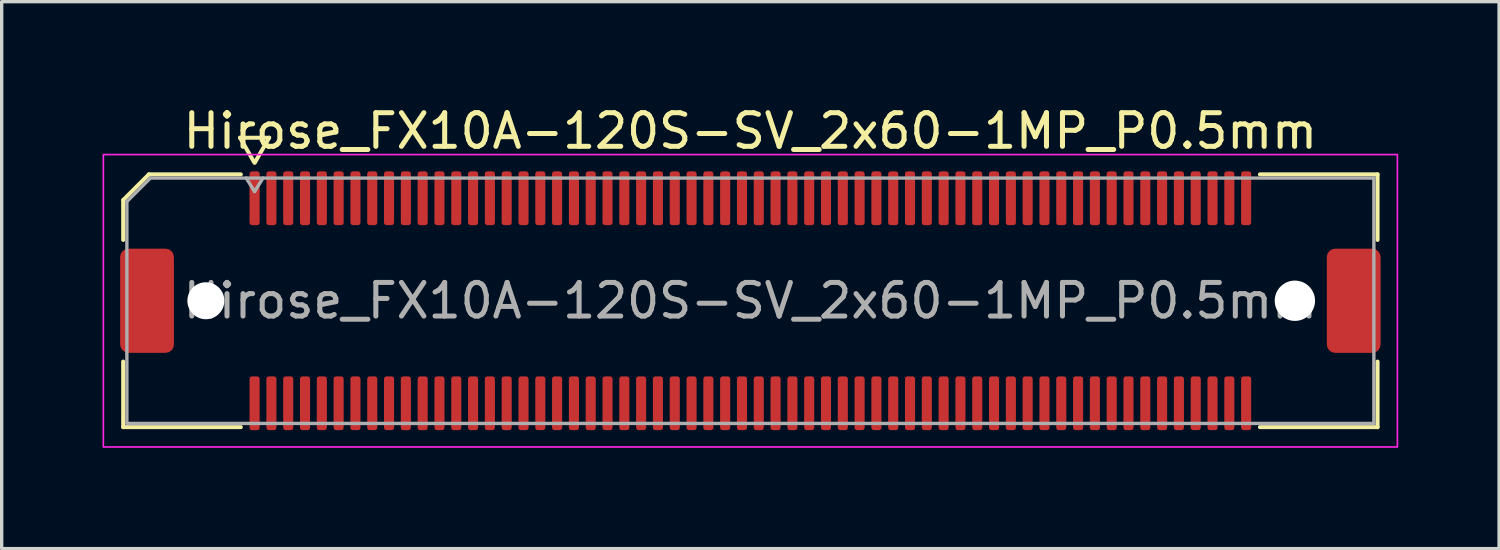
<source format=kicad_pcb>
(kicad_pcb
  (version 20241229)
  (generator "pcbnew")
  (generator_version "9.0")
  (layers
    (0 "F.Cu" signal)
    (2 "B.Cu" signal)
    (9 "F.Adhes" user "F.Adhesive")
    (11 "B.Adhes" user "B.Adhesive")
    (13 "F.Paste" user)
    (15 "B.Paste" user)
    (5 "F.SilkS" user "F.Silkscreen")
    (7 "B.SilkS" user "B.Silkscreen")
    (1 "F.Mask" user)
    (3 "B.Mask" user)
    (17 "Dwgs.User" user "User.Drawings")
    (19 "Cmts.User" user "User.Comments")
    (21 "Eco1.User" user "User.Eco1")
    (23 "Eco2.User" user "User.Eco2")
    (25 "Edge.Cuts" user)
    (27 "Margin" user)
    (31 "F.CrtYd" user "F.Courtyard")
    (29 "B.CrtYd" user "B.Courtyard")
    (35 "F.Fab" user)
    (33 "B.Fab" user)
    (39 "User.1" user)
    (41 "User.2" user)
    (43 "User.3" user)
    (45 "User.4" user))
  (footprint "Hirose_FX10A-120S-SV_2x60-1MP_P0.5mm"
    (layer "F.Cu")
    (at 19.275 5.898)
    (property "Reference" "Hirose_FX10A-120S-SV_2x60-1MP_P0.5mm" (at 0 -5.05 0) (layer "F.SilkS") (effects (font (size 1 1) (thickness 0.15))))
    (attr smd)
    (fp_line (start -18.66 -2.996) (end -17.896 -3.76) (stroke (width 0.12) (type solid)) (layer "F.SilkS"))
    (fp_line (start -18.66 -1.81) (end -18.66 -2.996) (stroke (width 0.12) (type solid)) (layer "F.SilkS"))
    (fp_line (start -18.66 3.76) (end -18.66 1.81) (stroke (width 0.12) (type solid)) (layer "F.SilkS"))
    (fp_line (start -17.896 -3.76) (end -15.16 -3.76) (stroke (width 0.12) (type solid)) (layer "F.SilkS"))
    (fp_line (start -15.183 -4.85) (end -14.756 -4.11) (stroke (width 0.12) (type solid)) (layer "F.SilkS"))
    (fp_line (start -15.16 3.76) (end -18.66 3.76) (stroke (width 0.12) (type solid)) (layer "F.SilkS"))
    (fp_line (start -14.744 -4.11) (end -14.317 -4.85) (stroke (width 0.12) (type solid)) (layer "F.SilkS"))
    (fp_line (start -14.317 -4.85) (end -15.183 -4.85) (stroke (width 0.12) (type solid)) (layer "F.SilkS"))
    (fp_line (start 15.16 -3.76) (end 18.66 -3.76) (stroke (width 0.12) (type solid)) (layer "F.SilkS"))
    (fp_line (start 18.66 -3.76) (end 18.66 -1.81) (stroke (width 0.12) (type solid)) (layer "F.SilkS"))
    (fp_line (start 18.66 1.81) (end 18.66 3.76) (stroke (width 0.12) (type solid)) (layer "F.SilkS"))
    (fp_line (start 18.66 3.76) (end 15.16 3.76) (stroke (width 0.12) (type solid)) (layer "F.SilkS"))
    (fp_rect (start -19.25 -4.35) (end 19.25 4.35) (stroke (width 0.05) (type solid)) (fill no) (layer "F.CrtYd"))
    (fp_line (start -18.55 -2.95) (end -17.85 -3.65) (stroke (width 0.1) (type solid)) (layer "F.Fab"))
    (fp_line (start -18.55 3.65) (end -18.55 -2.95) (stroke (width 0.1) (type solid)) (layer "F.Fab"))
    (fp_line (start -17.85 -3.65) (end 18.55 -3.65) (stroke (width 0.1) (type solid)) (layer "F.Fab"))
    (fp_line (start -15 -3.65) (end -14.75 -3.25) (stroke (width 0.1) (type solid)) (layer "F.Fab"))
    (fp_line (start -14.75 -3.25) (end -14.5 -3.65) (stroke (width 0.1) (type solid)) (layer "F.Fab"))
    (fp_line (start 18.55 -3.65) (end 18.55 3.65) (stroke (width 0.1) (type solid)) (layer "F.Fab"))
    (fp_line (start 18.55 3.65) (end -18.55 3.65) (stroke (width 0.1) (type solid)) (layer "F.Fab"))
    (fp_text user "${REFERENCE}" (at 0 0 0) (layer "F.Fab") (effects (font (size 1 1) (thickness 0.15))))
    (pad "" np_thru_hole circle (at -16.2 0) (size 1.1 1.1) (drill 1.1) (layers "*.Cu" "*.Mask"))
    (pad "" np_thru_hole circle (at 16.2 0) (size 1.2 1.2) (drill 1.2) (layers "*.Cu" "*.Mask"))
    (pad "1" smd roundrect (at -14.75 -3.05) (size 0.3 1.6) (layers "F.Cu" "F.Mask" "F.Paste") (roundrect_rratio 0.25))
    (pad "2" smd roundrect (at -14.75 3.05) (size 0.3 1.6) (layers "F.Cu" "F.Mask" "F.Paste") (roundrect_rratio 0.25))
    (pad "3" smd roundrect (at -14.25 -3.05) (size 0.3 1.6) (layers "F.Cu" "F.Mask" "F.Paste") (roundrect_rratio 0.25))
    (pad "4" smd roundrect (at -14.25 3.05) (size 0.3 1.6) (layers "F.Cu" "F.Mask" "F.Paste") (roundrect_rratio 0.25))
    (pad "5" smd roundrect (at -13.75 -3.05) (size 0.3 1.6) (layers "F.Cu" "F.Mask" "F.Paste") (roundrect_rratio 0.25))
    (pad "6" smd roundrect (at -13.75 3.05) (size 0.3 1.6) (layers "F.Cu" "F.Mask" "F.Paste") (roundrect_rratio 0.25))
    (pad "7" smd roundrect (at -13.25 -3.05) (size 0.3 1.6) (layers "F.Cu" "F.Mask" "F.Paste") (roundrect_rratio 0.25))
    (pad "8" smd roundrect (at -13.25 3.05) (size 0.3 1.6) (layers "F.Cu" "F.Mask" "F.Paste") (roundrect_rratio 0.25))
    (pad "9" smd roundrect (at -12.75 -3.05) (size 0.3 1.6) (layers "F.Cu" "F.Mask" "F.Paste") (roundrect_rratio 0.25))
    (pad "10" smd roundrect (at -12.75 3.05) (size 0.3 1.6) (layers "F.Cu" "F.Mask" "F.Paste") (roundrect_rratio 0.25))
    (pad "11" smd roundrect (at -12.25 -3.05) (size 0.3 1.6) (layers "F.Cu" "F.Mask" "F.Paste") (roundrect_rratio 0.25))
    (pad "12" smd roundrect (at -12.25 3.05) (size 0.3 1.6) (layers "F.Cu" "F.Mask" "F.Paste") (roundrect_rratio 0.25))
    (pad "13" smd roundrect (at -11.75 -3.05) (size 0.3 1.6) (layers "F.Cu" "F.Mask" "F.Paste") (roundrect_rratio 0.25))
    (pad "14" smd roundrect (at -11.75 3.05) (size 0.3 1.6) (layers "F.Cu" "F.Mask" "F.Paste") (roundrect_rratio 0.25))
    (pad "15" smd roundrect (at -11.25 -3.05) (size 0.3 1.6) (layers "F.Cu" "F.Mask" "F.Paste") (roundrect_rratio 0.25))
    (pad "16" smd roundrect (at -11.25 3.05) (size 0.3 1.6) (layers "F.Cu" "F.Mask" "F.Paste") (roundrect_rratio 0.25))
    (pad "17" smd roundrect (at -10.75 -3.05) (size 0.3 1.6) (layers "F.Cu" "F.Mask" "F.Paste") (roundrect_rratio 0.25))
    (pad "18" smd roundrect (at -10.75 3.05) (size 0.3 1.6) (layers "F.Cu" "F.Mask" "F.Paste") (roundrect_rratio 0.25))
    (pad "19" smd roundrect (at -10.25 -3.05) (size 0.3 1.6) (layers "F.Cu" "F.Mask" "F.Paste") (roundrect_rratio 0.25))
    (pad "20" smd roundrect (at -10.25 3.05) (size 0.3 1.6) (layers "F.Cu" "F.Mask" "F.Paste") (roundrect_rratio 0.25))
    (pad "21" smd roundrect (at -9.75 -3.05) (size 0.3 1.6) (layers "F.Cu" "F.Mask" "F.Paste") (roundrect_rratio 0.25))
    (pad "22" smd roundrect (at -9.75 3.05) (size 0.3 1.6) (layers "F.Cu" "F.Mask" "F.Paste") (roundrect_rratio 0.25))
    (pad "23" smd roundrect (at -9.25 -3.05) (size 0.3 1.6) (layers "F.Cu" "F.Mask" "F.Paste") (roundrect_rratio 0.25))
    (pad "24" smd roundrect (at -9.25 3.05) (size 0.3 1.6) (layers "F.Cu" "F.Mask" "F.Paste") (roundrect_rratio 0.25))
    (pad "25" smd roundrect (at -8.75 -3.05) (size 0.3 1.6) (layers "F.Cu" "F.Mask" "F.Paste") (roundrect_rratio 0.25))
    (pad "26" smd roundrect (at -8.75 3.05) (size 0.3 1.6) (layers "F.Cu" "F.Mask" "F.Paste") (roundrect_rratio 0.25))
    (pad "27" smd roundrect (at -8.25 -3.05) (size 0.3 1.6) (layers "F.Cu" "F.Mask" "F.Paste") (roundrect_rratio 0.25))
    (pad "28" smd roundrect (at -8.25 3.05) (size 0.3 1.6) (layers "F.Cu" "F.Mask" "F.Paste") (roundrect_rratio 0.25))
    (pad "29" smd roundrect (at -7.75 -3.05) (size 0.3 1.6) (layers "F.Cu" "F.Mask" "F.Paste") (roundrect_rratio 0.25))
    (pad "30" smd roundrect (at -7.75 3.05) (size 0.3 1.6) (layers "F.Cu" "F.Mask" "F.Paste") (roundrect_rratio 0.25))
    (pad "31" smd roundrect (at -7.25 -3.05) (size 0.3 1.6) (layers "F.Cu" "F.Mask" "F.Paste") (roundrect_rratio 0.25))
    (pad "32" smd roundrect (at -7.25 3.05) (size 0.3 1.6) (layers "F.Cu" "F.Mask" "F.Paste") (roundrect_rratio 0.25))
    (pad "33" smd roundrect (at -6.75 -3.05) (size 0.3 1.6) (layers "F.Cu" "F.Mask" "F.Paste") (roundrect_rratio 0.25))
    (pad "34" smd roundrect (at -6.75 3.05) (size 0.3 1.6) (layers "F.Cu" "F.Mask" "F.Paste") (roundrect_rratio 0.25))
    (pad "35" smd roundrect (at -6.25 -3.05) (size 0.3 1.6) (layers "F.Cu" "F.Mask" "F.Paste") (roundrect_rratio 0.25))
    (pad "36" smd roundrect (at -6.25 3.05) (size 0.3 1.6) (layers "F.Cu" "F.Mask" "F.Paste") (roundrect_rratio 0.25))
    (pad "37" smd roundrect (at -5.75 -3.05) (size 0.3 1.6) (layers "F.Cu" "F.Mask" "F.Paste") (roundrect_rratio 0.25))
    (pad "38" smd roundrect (at -5.75 3.05) (size 0.3 1.6) (layers "F.Cu" "F.Mask" "F.Paste") (roundrect_rratio 0.25))
    (pad "39" smd roundrect (at -5.25 -3.05) (size 0.3 1.6) (layers "F.Cu" "F.Mask" "F.Paste") (roundrect_rratio 0.25))
    (pad "40" smd roundrect (at -5.25 3.05) (size 0.3 1.6) (layers "F.Cu" "F.Mask" "F.Paste") (roundrect_rratio 0.25))
    (pad "41" smd roundrect (at -4.75 -3.05) (size 0.3 1.6) (layers "F.Cu" "F.Mask" "F.Paste") (roundrect_rratio 0.25))
    (pad "42" smd roundrect (at -4.75 3.05) (size 0.3 1.6) (layers "F.Cu" "F.Mask" "F.Paste") (roundrect_rratio 0.25))
    (pad "43" smd roundrect (at -4.25 -3.05) (size 0.3 1.6) (layers "F.Cu" "F.Mask" "F.Paste") (roundrect_rratio 0.25))
    (pad "44" smd roundrect (at -4.25 3.05) (size 0.3 1.6) (layers "F.Cu" "F.Mask" "F.Paste") (roundrect_rratio 0.25))
    (pad "45" smd roundrect (at -3.75 -3.05) (size 0.3 1.6) (layers "F.Cu" "F.Mask" "F.Paste") (roundrect_rratio 0.25))
    (pad "46" smd roundrect (at -3.75 3.05) (size 0.3 1.6) (layers "F.Cu" "F.Mask" "F.Paste") (roundrect_rratio 0.25))
    (pad "47" smd roundrect (at -3.25 -3.05) (size 0.3 1.6) (layers "F.Cu" "F.Mask" "F.Paste") (roundrect_rratio 0.25))
    (pad "48" smd roundrect (at -3.25 3.05) (size 0.3 1.6) (layers "F.Cu" "F.Mask" "F.Paste") (roundrect_rratio 0.25))
    (pad "49" smd roundrect (at -2.75 -3.05) (size 0.3 1.6) (layers "F.Cu" "F.Mask" "F.Paste") (roundrect_rratio 0.25))
    (pad "50" smd roundrect (at -2.75 3.05) (size 0.3 1.6) (layers "F.Cu" "F.Mask" "F.Paste") (roundrect_rratio 0.25))
    (pad "51" smd roundrect (at -2.25 -3.05) (size 0.3 1.6) (layers "F.Cu" "F.Mask" "F.Paste") (roundrect_rratio 0.25))
    (pad "52" smd roundrect (at -2.25 3.05) (size 0.3 1.6) (layers "F.Cu" "F.Mask" "F.Paste") (roundrect_rratio 0.25))
    (pad "53" smd roundrect (at -1.75 -3.05) (size 0.3 1.6) (layers "F.Cu" "F.Mask" "F.Paste") (roundrect_rratio 0.25))
    (pad "54" smd roundrect (at -1.75 3.05) (size 0.3 1.6) (layers "F.Cu" "F.Mask" "F.Paste") (roundrect_rratio 0.25))
    (pad "55" smd roundrect (at -1.25 -3.05) (size 0.3 1.6) (layers "F.Cu" "F.Mask" "F.Paste") (roundrect_rratio 0.25))
    (pad "56" smd roundrect (at -1.25 3.05) (size 0.3 1.6) (layers "F.Cu" "F.Mask" "F.Paste") (roundrect_rratio 0.25))
    (pad "57" smd roundrect (at -0.75 -3.05) (size 0.3 1.6) (layers "F.Cu" "F.Mask" "F.Paste") (roundrect_rratio 0.25))
    (pad "58" smd roundrect (at -0.75 3.05) (size 0.3 1.6) (layers "F.Cu" "F.Mask" "F.Paste") (roundrect_rratio 0.25))
    (pad "59" smd roundrect (at -0.25 -3.05) (size 0.3 1.6) (layers "F.Cu" "F.Mask" "F.Paste") (roundrect_rratio 0.25))
    (pad "60" smd roundrect (at -0.25 3.05) (size 0.3 1.6) (layers "F.Cu" "F.Mask" "F.Paste") (roundrect_rratio 0.25))
    (pad "61" smd roundrect (at 0.25 -3.05) (size 0.3 1.6) (layers "F.Cu" "F.Mask" "F.Paste") (roundrect_rratio 0.25))
    (pad "62" smd roundrect (at 0.25 3.05) (size 0.3 1.6) (layers "F.Cu" "F.Mask" "F.Paste") (roundrect_rratio 0.25))
    (pad "63" smd roundrect (at 0.75 -3.05) (size 0.3 1.6) (layers "F.Cu" "F.Mask" "F.Paste") (roundrect_rratio 0.25))
    (pad "64" smd roundrect (at 0.75 3.05) (size 0.3 1.6) (layers "F.Cu" "F.Mask" "F.Paste") (roundrect_rratio 0.25))
    (pad "65" smd roundrect (at 1.25 -3.05) (size 0.3 1.6) (layers "F.Cu" "F.Mask" "F.Paste") (roundrect_rratio 0.25))
    (pad "66" smd roundrect (at 1.25 3.05) (size 0.3 1.6) (layers "F.Cu" "F.Mask" "F.Paste") (roundrect_rratio 0.25))
    (pad "67" smd roundrect (at 1.75 -3.05) (size 0.3 1.6) (layers "F.Cu" "F.Mask" "F.Paste") (roundrect_rratio 0.25))
    (pad "68" smd roundrect (at 1.75 3.05) (size 0.3 1.6) (layers "F.Cu" "F.Mask" "F.Paste") (roundrect_rratio 0.25))
    (pad "69" smd roundrect (at 2.25 -3.05) (size 0.3 1.6) (layers "F.Cu" "F.Mask" "F.Paste") (roundrect_rratio 0.25))
    (pad "70" smd roundrect (at 2.25 3.05) (size 0.3 1.6) (layers "F.Cu" "F.Mask" "F.Paste") (roundrect_rratio 0.25))
    (pad "71" smd roundrect (at 2.75 -3.05) (size 0.3 1.6) (layers "F.Cu" "F.Mask" "F.Paste") (roundrect_rratio 0.25))
    (pad "72" smd roundrect (at 2.75 3.05) (size 0.3 1.6) (layers "F.Cu" "F.Mask" "F.Paste") (roundrect_rratio 0.25))
    (pad "73" smd roundrect (at 3.25 -3.05) (size 0.3 1.6) (layers "F.Cu" "F.Mask" "F.Paste") (roundrect_rratio 0.25))
    (pad "74" smd roundrect (at 3.25 3.05) (size 0.3 1.6) (layers "F.Cu" "F.Mask" "F.Paste") (roundrect_rratio 0.25))
    (pad "75" smd roundrect (at 3.75 -3.05) (size 0.3 1.6) (layers "F.Cu" "F.Mask" "F.Paste") (roundrect_rratio 0.25))
    (pad "76" smd roundrect (at 3.75 3.05) (size 0.3 1.6) (layers "F.Cu" "F.Mask" "F.Paste") (roundrect_rratio 0.25))
    (pad "77" smd roundrect (at 4.25 -3.05) (size 0.3 1.6) (layers "F.Cu" "F.Mask" "F.Paste") (roundrect_rratio 0.25))
    (pad "78" smd roundrect (at 4.25 3.05) (size 0.3 1.6) (layers "F.Cu" "F.Mask" "F.Paste") (roundrect_rratio 0.25))
    (pad "79" smd roundrect (at 4.75 -3.05) (size 0.3 1.6) (layers "F.Cu" "F.Mask" "F.Paste") (roundrect_rratio 0.25))
    (pad "80" smd roundrect (at 4.75 3.05) (size 0.3 1.6) (layers "F.Cu" "F.Mask" "F.Paste") (roundrect_rratio 0.25))
    (pad "81" smd roundrect (at 5.25 -3.05) (size 0.3 1.6) (layers "F.Cu" "F.Mask" "F.Paste") (roundrect_rratio 0.25))
    (pad "82" smd roundrect (at 5.25 3.05) (size 0.3 1.6) (layers "F.Cu" "F.Mask" "F.Paste") (roundrect_rratio 0.25))
    (pad "83" smd roundrect (at 5.75 -3.05) (size 0.3 1.6) (layers "F.Cu" "F.Mask" "F.Paste") (roundrect_rratio 0.25))
    (pad "84" smd roundrect (at 5.75 3.05) (size 0.3 1.6) (layers "F.Cu" "F.Mask" "F.Paste") (roundrect_rratio 0.25))
    (pad "85" smd roundrect (at 6.25 -3.05) (size 0.3 1.6) (layers "F.Cu" "F.Mask" "F.Paste") (roundrect_rratio 0.25))
    (pad "86" smd roundrect (at 6.25 3.05) (size 0.3 1.6) (layers "F.Cu" "F.Mask" "F.Paste") (roundrect_rratio 0.25))
    (pad "87" smd roundrect (at 6.75 -3.05) (size 0.3 1.6) (layers "F.Cu" "F.Mask" "F.Paste") (roundrect_rratio 0.25))
    (pad "88" smd roundrect (at 6.75 3.05) (size 0.3 1.6) (layers "F.Cu" "F.Mask" "F.Paste") (roundrect_rratio 0.25))
    (pad "89" smd roundrect (at 7.25 -3.05) (size 0.3 1.6) (layers "F.Cu" "F.Mask" "F.Paste") (roundrect_rratio 0.25))
    (pad "90" smd roundrect (at 7.25 3.05) (size 0.3 1.6) (layers "F.Cu" "F.Mask" "F.Paste") (roundrect_rratio 0.25))
    (pad "91" smd roundrect (at 7.75 -3.05) (size 0.3 1.6) (layers "F.Cu" "F.Mask" "F.Paste") (roundrect_rratio 0.25))
    (pad "92" smd roundrect (at 7.75 3.05) (size 0.3 1.6) (layers "F.Cu" "F.Mask" "F.Paste") (roundrect_rratio 0.25))
    (pad "93" smd roundrect (at 8.25 -3.05) (size 0.3 1.6) (layers "F.Cu" "F.Mask" "F.Paste") (roundrect_rratio 0.25))
    (pad "94" smd roundrect (at 8.25 3.05) (size 0.3 1.6) (layers "F.Cu" "F.Mask" "F.Paste") (roundrect_rratio 0.25))
    (pad "95" smd roundrect (at 8.75 -3.05) (size 0.3 1.6) (layers "F.Cu" "F.Mask" "F.Paste") (roundrect_rratio 0.25))
    (pad "96" smd roundrect (at 8.75 3.05) (size 0.3 1.6) (layers "F.Cu" "F.Mask" "F.Paste") (roundrect_rratio 0.25))
    (pad "97" smd roundrect (at 9.25 -3.05) (size 0.3 1.6) (layers "F.Cu" "F.Mask" "F.Paste") (roundrect_rratio 0.25))
    (pad "98" smd roundrect (at 9.25 3.05) (size 0.3 1.6) (layers "F.Cu" "F.Mask" "F.Paste") (roundrect_rratio 0.25))
    (pad "99" smd roundrect (at 9.75 -3.05) (size 0.3 1.6) (layers "F.Cu" "F.Mask" "F.Paste") (roundrect_rratio 0.25))
    (pad "100" smd roundrect (at 9.75 3.05) (size 0.3 1.6) (layers "F.Cu" "F.Mask" "F.Paste") (roundrect_rratio 0.25))
    (pad "101" smd roundrect (at 10.25 -3.05) (size 0.3 1.6) (layers "F.Cu" "F.Mask" "F.Paste") (roundrect_rratio 0.25))
    (pad "102" smd roundrect (at 10.25 3.05) (size 0.3 1.6) (layers "F.Cu" "F.Mask" "F.Paste") (roundrect_rratio 0.25))
    (pad "103" smd roundrect (at 10.75 -3.05) (size 0.3 1.6) (layers "F.Cu" "F.Mask" "F.Paste") (roundrect_rratio 0.25))
    (pad "104" smd roundrect (at 10.75 3.05) (size 0.3 1.6) (layers "F.Cu" "F.Mask" "F.Paste") (roundrect_rratio 0.25))
    (pad "105" smd roundrect (at 11.25 -3.05) (size 0.3 1.6) (layers "F.Cu" "F.Mask" "F.Paste") (roundrect_rratio 0.25))
    (pad "106" smd roundrect (at 11.25 3.05) (size 0.3 1.6) (layers "F.Cu" "F.Mask" "F.Paste") (roundrect_rratio 0.25))
    (pad "107" smd roundrect (at 11.75 -3.05) (size 0.3 1.6) (layers "F.Cu" "F.Mask" "F.Paste") (roundrect_rratio 0.25))
    (pad "108" smd roundrect (at 11.75 3.05) (size 0.3 1.6) (layers "F.Cu" "F.Mask" "F.Paste") (roundrect_rratio 0.25))
    (pad "109" smd roundrect (at 12.25 -3.05) (size 0.3 1.6) (layers "F.Cu" "F.Mask" "F.Paste") (roundrect_rratio 0.25))
    (pad "110" smd roundrect (at 12.25 3.05) (size 0.3 1.6) (layers "F.Cu" "F.Mask" "F.Paste") (roundrect_rratio 0.25))
    (pad "111" smd roundrect (at 12.75 -3.05) (size 0.3 1.6) (layers "F.Cu" "F.Mask" "F.Paste") (roundrect_rratio 0.25))
    (pad "112" smd roundrect (at 12.75 3.05) (size 0.3 1.6) (layers "F.Cu" "F.Mask" "F.Paste") (roundrect_rratio 0.25))
    (pad "113" smd roundrect (at 13.25 -3.05) (size 0.3 1.6) (layers "F.Cu" "F.Mask" "F.Paste") (roundrect_rratio 0.25))
    (pad "114" smd roundrect (at 13.25 3.05) (size 0.3 1.6) (layers "F.Cu" "F.Mask" "F.Paste") (roundrect_rratio 0.25))
    (pad "115" smd roundrect (at 13.75 -3.05) (size 0.3 1.6) (layers "F.Cu" "F.Mask" "F.Paste") (roundrect_rratio 0.25))
    (pad "116" smd roundrect (at 13.75 3.05) (size 0.3 1.6) (layers "F.Cu" "F.Mask" "F.Paste") (roundrect_rratio 0.25))
    (pad "117" smd roundrect (at 14.25 -3.05) (size 0.3 1.6) (layers "F.Cu" "F.Mask" "F.Paste") (roundrect_rratio 0.25))
    (pad "118" smd roundrect (at 14.25 3.05) (size 0.3 1.6) (layers "F.Cu" "F.Mask" "F.Paste") (roundrect_rratio 0.25))
    (pad "119" smd roundrect (at 14.75 -3.05) (size 0.3 1.6) (layers "F.Cu" "F.Mask" "F.Paste") (roundrect_rratio 0.25))
    (pad "120" smd roundrect (at 14.75 3.05) (size 0.3 1.6) (layers "F.Cu" "F.Mask" "F.Paste") (roundrect_rratio 0.25))
    (pad "MP" smd roundrect (at -17.95 0) (size 1.6 3.1) (layers "F.Cu" "F.Mask" "F.Paste") (roundrect_rratio 0.156))
    (pad "MP" smd roundrect (at 17.95 0) (size 1.6 3.1) (layers "F.Cu" "F.Mask" "F.Paste") (roundrect_rratio 0.156)))
  (gr_rect
    (start -3 -3)
    (end 41.55 13.273)
    (stroke (width 0.1) (type default))
    (fill no)
    (layer "Edge.Cuts")))
</source>
